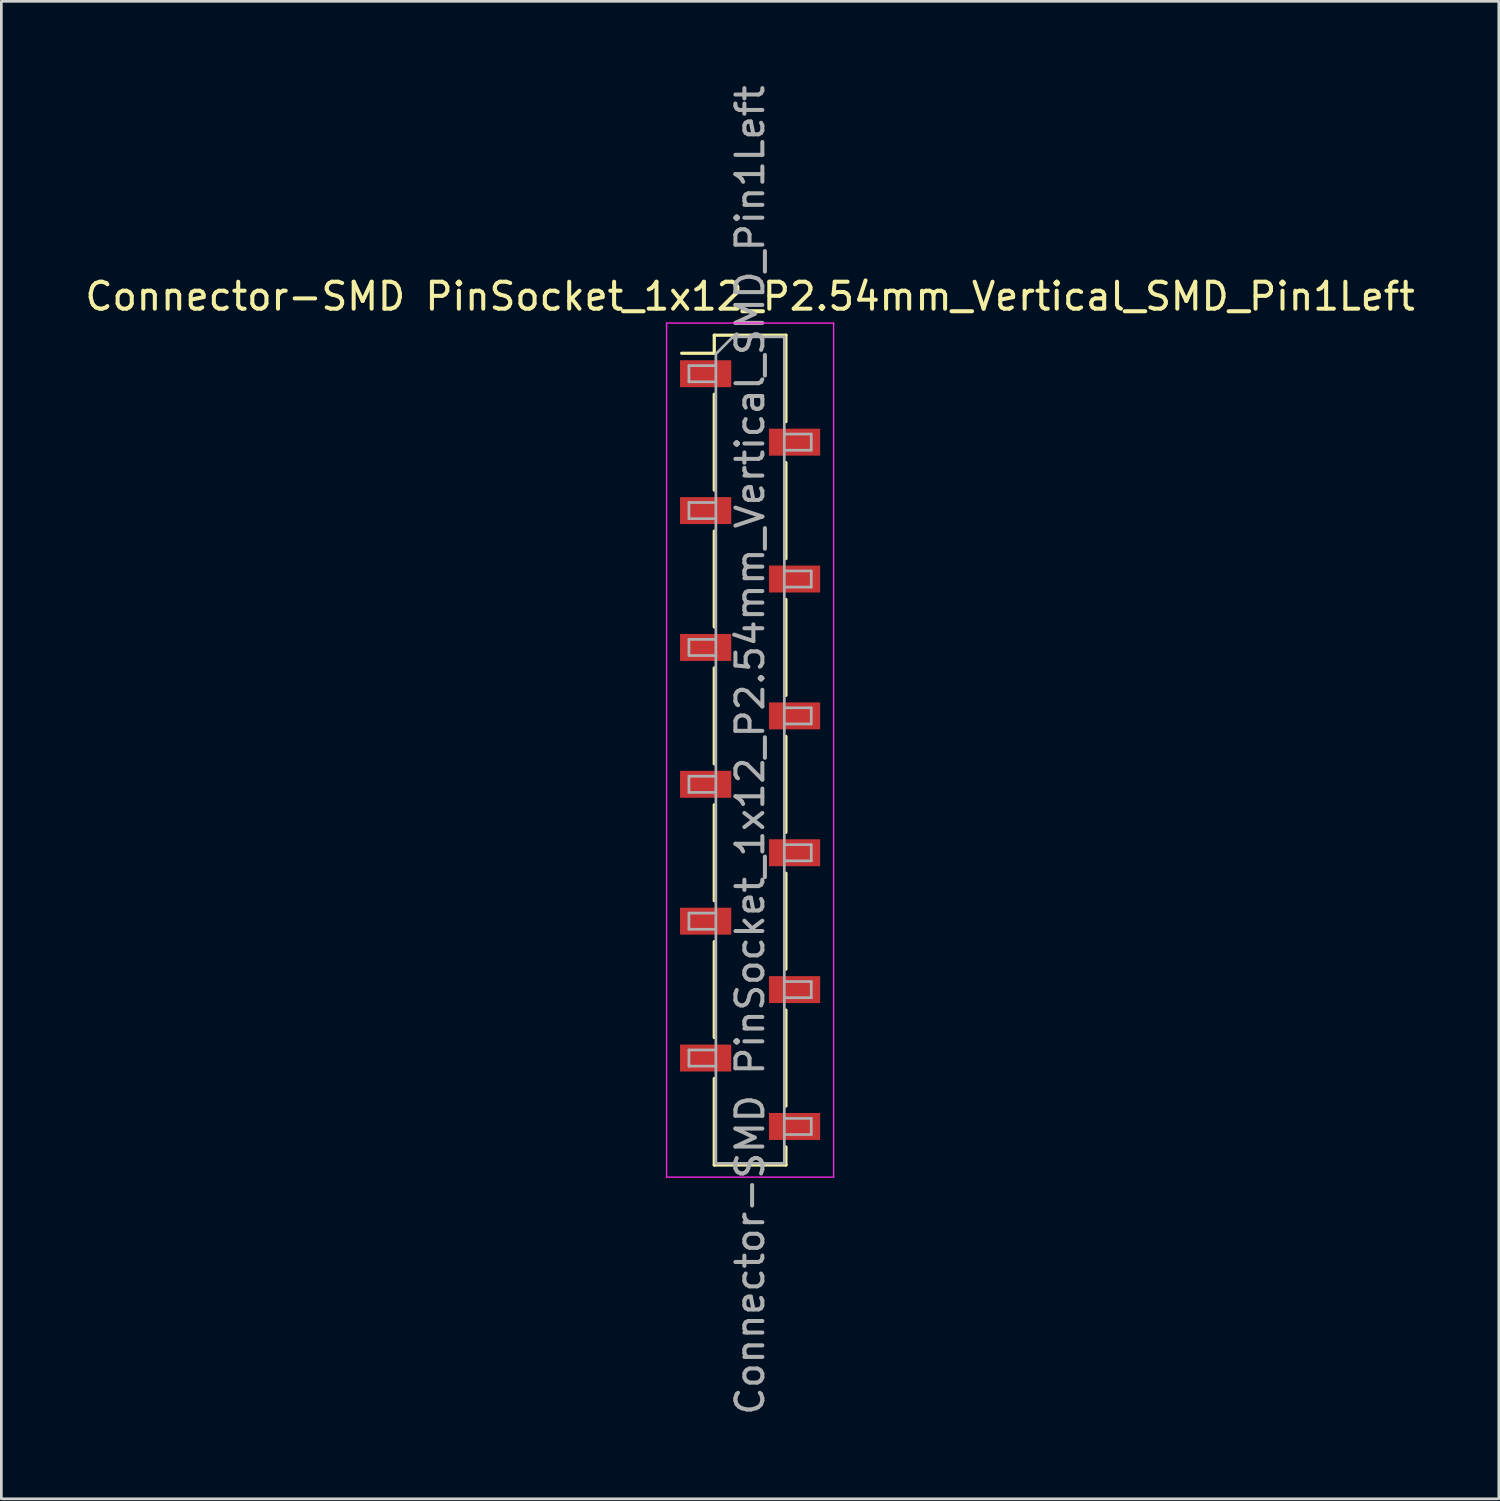
<source format=kicad_pcb>
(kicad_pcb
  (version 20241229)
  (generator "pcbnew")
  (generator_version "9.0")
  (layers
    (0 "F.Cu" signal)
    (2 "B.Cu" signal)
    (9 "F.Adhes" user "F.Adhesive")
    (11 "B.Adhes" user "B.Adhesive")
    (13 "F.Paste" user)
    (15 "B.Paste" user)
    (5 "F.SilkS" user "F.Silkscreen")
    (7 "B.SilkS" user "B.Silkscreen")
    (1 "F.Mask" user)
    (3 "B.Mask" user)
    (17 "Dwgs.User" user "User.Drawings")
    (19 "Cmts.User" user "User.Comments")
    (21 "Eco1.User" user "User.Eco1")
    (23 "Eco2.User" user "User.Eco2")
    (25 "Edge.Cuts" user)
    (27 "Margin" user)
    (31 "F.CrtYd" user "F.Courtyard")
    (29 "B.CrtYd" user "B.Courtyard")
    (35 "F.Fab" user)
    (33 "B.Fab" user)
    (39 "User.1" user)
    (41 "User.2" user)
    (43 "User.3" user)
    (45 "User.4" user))
  (footprint "Connector-SMD PinSocket_1x12_P2.54mm_Vertical_SMD_Pin1Left"
    (layer "F.Cu")
    (at 24.792 24.792)
    (property "Reference" "Connector-SMD PinSocket_1x12_P2.54mm_Vertical_SMD_Pin1Left" (at 0 -16.84 0) (layer "F.SilkS") (effects (font (size 1 1) (thickness 0.15))))
    (attr smd)
    (fp_line (start -2.54 -14.73) (end -1.33 -14.73) (stroke (width 0.12) (type solid)) (layer "F.SilkS"))
    (fp_line (start -1.33 -15.4) (end -1.33 -14.73) (stroke (width 0.12) (type solid)) (layer "F.SilkS"))
    (fp_line (start -1.33 -15.4) (end 1.33 -15.4) (stroke (width 0.12) (type solid)) (layer "F.SilkS"))
    (fp_line (start -1.33 -13.21) (end -1.33 -9.65) (stroke (width 0.12) (type solid)) (layer "F.SilkS"))
    (fp_line (start -1.33 -8.13) (end -1.33 -4.57) (stroke (width 0.12) (type solid)) (layer "F.SilkS"))
    (fp_line (start -1.33 -3.05) (end -1.33 0.51) (stroke (width 0.12) (type solid)) (layer "F.SilkS"))
    (fp_line (start -1.33 2.03) (end -1.33 5.59) (stroke (width 0.12) (type solid)) (layer "F.SilkS"))
    (fp_line (start -1.33 7.11) (end -1.33 10.67) (stroke (width 0.12) (type solid)) (layer "F.SilkS"))
    (fp_line (start -1.33 12.19) (end -1.33 15.4) (stroke (width 0.12) (type solid)) (layer "F.SilkS"))
    (fp_line (start -1.33 15.4) (end 1.33 15.4) (stroke (width 0.12) (type solid)) (layer "F.SilkS"))
    (fp_line (start 1.33 -15.4) (end 1.33 -12.19) (stroke (width 0.12) (type solid)) (layer "F.SilkS"))
    (fp_line (start 1.33 -10.67) (end 1.33 -7.11) (stroke (width 0.12) (type solid)) (layer "F.SilkS"))
    (fp_line (start 1.33 -5.59) (end 1.33 -2.03) (stroke (width 0.12) (type solid)) (layer "F.SilkS"))
    (fp_line (start 1.33 -0.51) (end 1.33 3.05) (stroke (width 0.12) (type solid)) (layer "F.SilkS"))
    (fp_line (start 1.33 4.57) (end 1.33 8.13) (stroke (width 0.12) (type solid)) (layer "F.SilkS"))
    (fp_line (start 1.33 9.65) (end 1.33 13.21) (stroke (width 0.12) (type solid)) (layer "F.SilkS"))
    (fp_line (start 1.33 14.73) (end 1.33 15.4) (stroke (width 0.12) (type solid)) (layer "F.SilkS"))
    (fp_line (start -3.1 -15.85) (end 3.1 -15.85) (stroke (width 0.05) (type solid)) (layer "F.CrtYd"))
    (fp_line (start -3.1 15.85) (end -3.1 -15.85) (stroke (width 0.05) (type solid)) (layer "F.CrtYd"))
    (fp_line (start 3.1 -15.85) (end 3.1 15.85) (stroke (width 0.05) (type solid)) (layer "F.CrtYd"))
    (fp_line (start 3.1 15.85) (end -3.1 15.85) (stroke (width 0.05) (type solid)) (layer "F.CrtYd"))
    (fp_line (start -2.27 -14.27) (end -1.27 -14.27) (stroke (width 0.1) (type solid)) (layer "F.Fab"))
    (fp_line (start -2.27 -13.67) (end -2.27 -14.27) (stroke (width 0.1) (type solid)) (layer "F.Fab"))
    (fp_line (start -2.27 -9.19) (end -1.27 -9.19) (stroke (width 0.1) (type solid)) (layer "F.Fab"))
    (fp_line (start -2.27 -8.59) (end -2.27 -9.19) (stroke (width 0.1) (type solid)) (layer "F.Fab"))
    (fp_line (start -2.27 -4.11) (end -1.27 -4.11) (stroke (width 0.1) (type solid)) (layer "F.Fab"))
    (fp_line (start -2.27 -3.51) (end -2.27 -4.11) (stroke (width 0.1) (type solid)) (layer "F.Fab"))
    (fp_line (start -2.27 0.97) (end -1.27 0.97) (stroke (width 0.1) (type solid)) (layer "F.Fab"))
    (fp_line (start -2.27 1.57) (end -2.27 0.97) (stroke (width 0.1) (type solid)) (layer "F.Fab"))
    (fp_line (start -2.27 6.05) (end -1.27 6.05) (stroke (width 0.1) (type solid)) (layer "F.Fab"))
    (fp_line (start -2.27 6.65) (end -2.27 6.05) (stroke (width 0.1) (type solid)) (layer "F.Fab"))
    (fp_line (start -2.27 11.13) (end -1.27 11.13) (stroke (width 0.1) (type solid)) (layer "F.Fab"))
    (fp_line (start -2.27 11.73) (end -2.27 11.13) (stroke (width 0.1) (type solid)) (layer "F.Fab"))
    (fp_line (start -1.27 -14.705) (end -0.635 -15.34) (stroke (width 0.1) (type solid)) (layer "F.Fab"))
    (fp_line (start -1.27 -13.67) (end -2.27 -13.67) (stroke (width 0.1) (type solid)) (layer "F.Fab"))
    (fp_line (start -1.27 -8.59) (end -2.27 -8.59) (stroke (width 0.1) (type solid)) (layer "F.Fab"))
    (fp_line (start -1.27 -3.51) (end -2.27 -3.51) (stroke (width 0.1) (type solid)) (layer "F.Fab"))
    (fp_line (start -1.27 1.57) (end -2.27 1.57) (stroke (width 0.1) (type solid)) (layer "F.Fab"))
    (fp_line (start -1.27 6.65) (end -2.27 6.65) (stroke (width 0.1) (type solid)) (layer "F.Fab"))
    (fp_line (start -1.27 11.73) (end -2.27 11.73) (stroke (width 0.1) (type solid)) (layer "F.Fab"))
    (fp_line (start -1.27 15.34) (end -1.27 -14.705) (stroke (width 0.1) (type solid)) (layer "F.Fab"))
    (fp_line (start -0.635 -15.34) (end 1.27 -15.34) (stroke (width 0.1) (type solid)) (layer "F.Fab"))
    (fp_line (start 1.27 -15.34) (end 1.27 15.34) (stroke (width 0.1) (type solid)) (layer "F.Fab"))
    (fp_line (start 1.27 -11.73) (end 2.27 -11.73) (stroke (width 0.1) (type solid)) (layer "F.Fab"))
    (fp_line (start 1.27 -6.65) (end 2.27 -6.65) (stroke (width 0.1) (type solid)) (layer "F.Fab"))
    (fp_line (start 1.27 -1.57) (end 2.27 -1.57) (stroke (width 0.1) (type solid)) (layer "F.Fab"))
    (fp_line (start 1.27 3.51) (end 2.27 3.51) (stroke (width 0.1) (type solid)) (layer "F.Fab"))
    (fp_line (start 1.27 8.59) (end 2.27 8.59) (stroke (width 0.1) (type solid)) (layer "F.Fab"))
    (fp_line (start 1.27 13.67) (end 2.27 13.67) (stroke (width 0.1) (type solid)) (layer "F.Fab"))
    (fp_line (start 1.27 15.34) (end -1.27 15.34) (stroke (width 0.1) (type solid)) (layer "F.Fab"))
    (fp_line (start 2.27 -11.73) (end 2.27 -11.13) (stroke (width 0.1) (type solid)) (layer "F.Fab"))
    (fp_line (start 2.27 -11.13) (end 1.27 -11.13) (stroke (width 0.1) (type solid)) (layer "F.Fab"))
    (fp_line (start 2.27 -6.65) (end 2.27 -6.05) (stroke (width 0.1) (type solid)) (layer "F.Fab"))
    (fp_line (start 2.27 -6.05) (end 1.27 -6.05) (stroke (width 0.1) (type solid)) (layer "F.Fab"))
    (fp_line (start 2.27 -1.57) (end 2.27 -0.97) (stroke (width 0.1) (type solid)) (layer "F.Fab"))
    (fp_line (start 2.27 -0.97) (end 1.27 -0.97) (stroke (width 0.1) (type solid)) (layer "F.Fab"))
    (fp_line (start 2.27 3.51) (end 2.27 4.11) (stroke (width 0.1) (type solid)) (layer "F.Fab"))
    (fp_line (start 2.27 4.11) (end 1.27 4.11) (stroke (width 0.1) (type solid)) (layer "F.Fab"))
    (fp_line (start 2.27 8.59) (end 2.27 9.19) (stroke (width 0.1) (type solid)) (layer "F.Fab"))
    (fp_line (start 2.27 9.19) (end 1.27 9.19) (stroke (width 0.1) (type solid)) (layer "F.Fab"))
    (fp_line (start 2.27 13.67) (end 2.27 14.27) (stroke (width 0.1) (type solid)) (layer "F.Fab"))
    (fp_line (start 2.27 14.27) (end 1.27 14.27) (stroke (width 0.1) (type solid)) (layer "F.Fab"))
    (fp_text user "${REFERENCE}" (at 0 0 90) (layer "F.Fab") (effects (font (size 1 1) (thickness 0.15))))
    (pad "1" smd rect (at -1.65 -13.97 180) (size 1.9 1) (layers "F.Cu" "F.Mask" "F.Paste"))
    (pad "2" smd rect (at 1.65 -11.43 180) (size 1.9 1) (layers "F.Cu" "F.Mask" "F.Paste"))
    (pad "3" smd rect (at -1.65 -8.89 180) (size 1.9 1) (layers "F.Cu" "F.Mask" "F.Paste"))
    (pad "4" smd rect (at 1.65 -6.35 180) (size 1.9 1) (layers "F.Cu" "F.Mask" "F.Paste"))
    (pad "5" smd rect (at -1.65 -3.81 180) (size 1.9 1) (layers "F.Cu" "F.Mask" "F.Paste"))
    (pad "6" smd rect (at 1.65 -1.27 180) (size 1.9 1) (layers "F.Cu" "F.Mask" "F.Paste"))
    (pad "7" smd rect (at -1.65 1.27 180) (size 1.9 1) (layers "F.Cu" "F.Mask" "F.Paste"))
    (pad "8" smd rect (at 1.65 3.81 180) (size 1.9 1) (layers "F.Cu" "F.Mask" "F.Paste"))
    (pad "9" smd rect (at -1.65 6.35 180) (size 1.9 1) (layers "F.Cu" "F.Mask" "F.Paste"))
    (pad "10" smd rect (at 1.65 8.89 180) (size 1.9 1) (layers "F.Cu" "F.Mask" "F.Paste"))
    (pad "11" smd rect (at -1.65 11.43 180) (size 1.9 1) (layers "F.Cu" "F.Mask" "F.Paste"))
    (pad "12" smd rect (at 1.65 13.97 180) (size 1.9 1) (layers "F.Cu" "F.Mask" "F.Paste")))
  (gr_rect
    (start -3 -3)
    (end 52.583 52.583)
    (stroke (width 0.1) (type default))
    (fill no)
    (layer "Edge.Cuts")))
</source>
